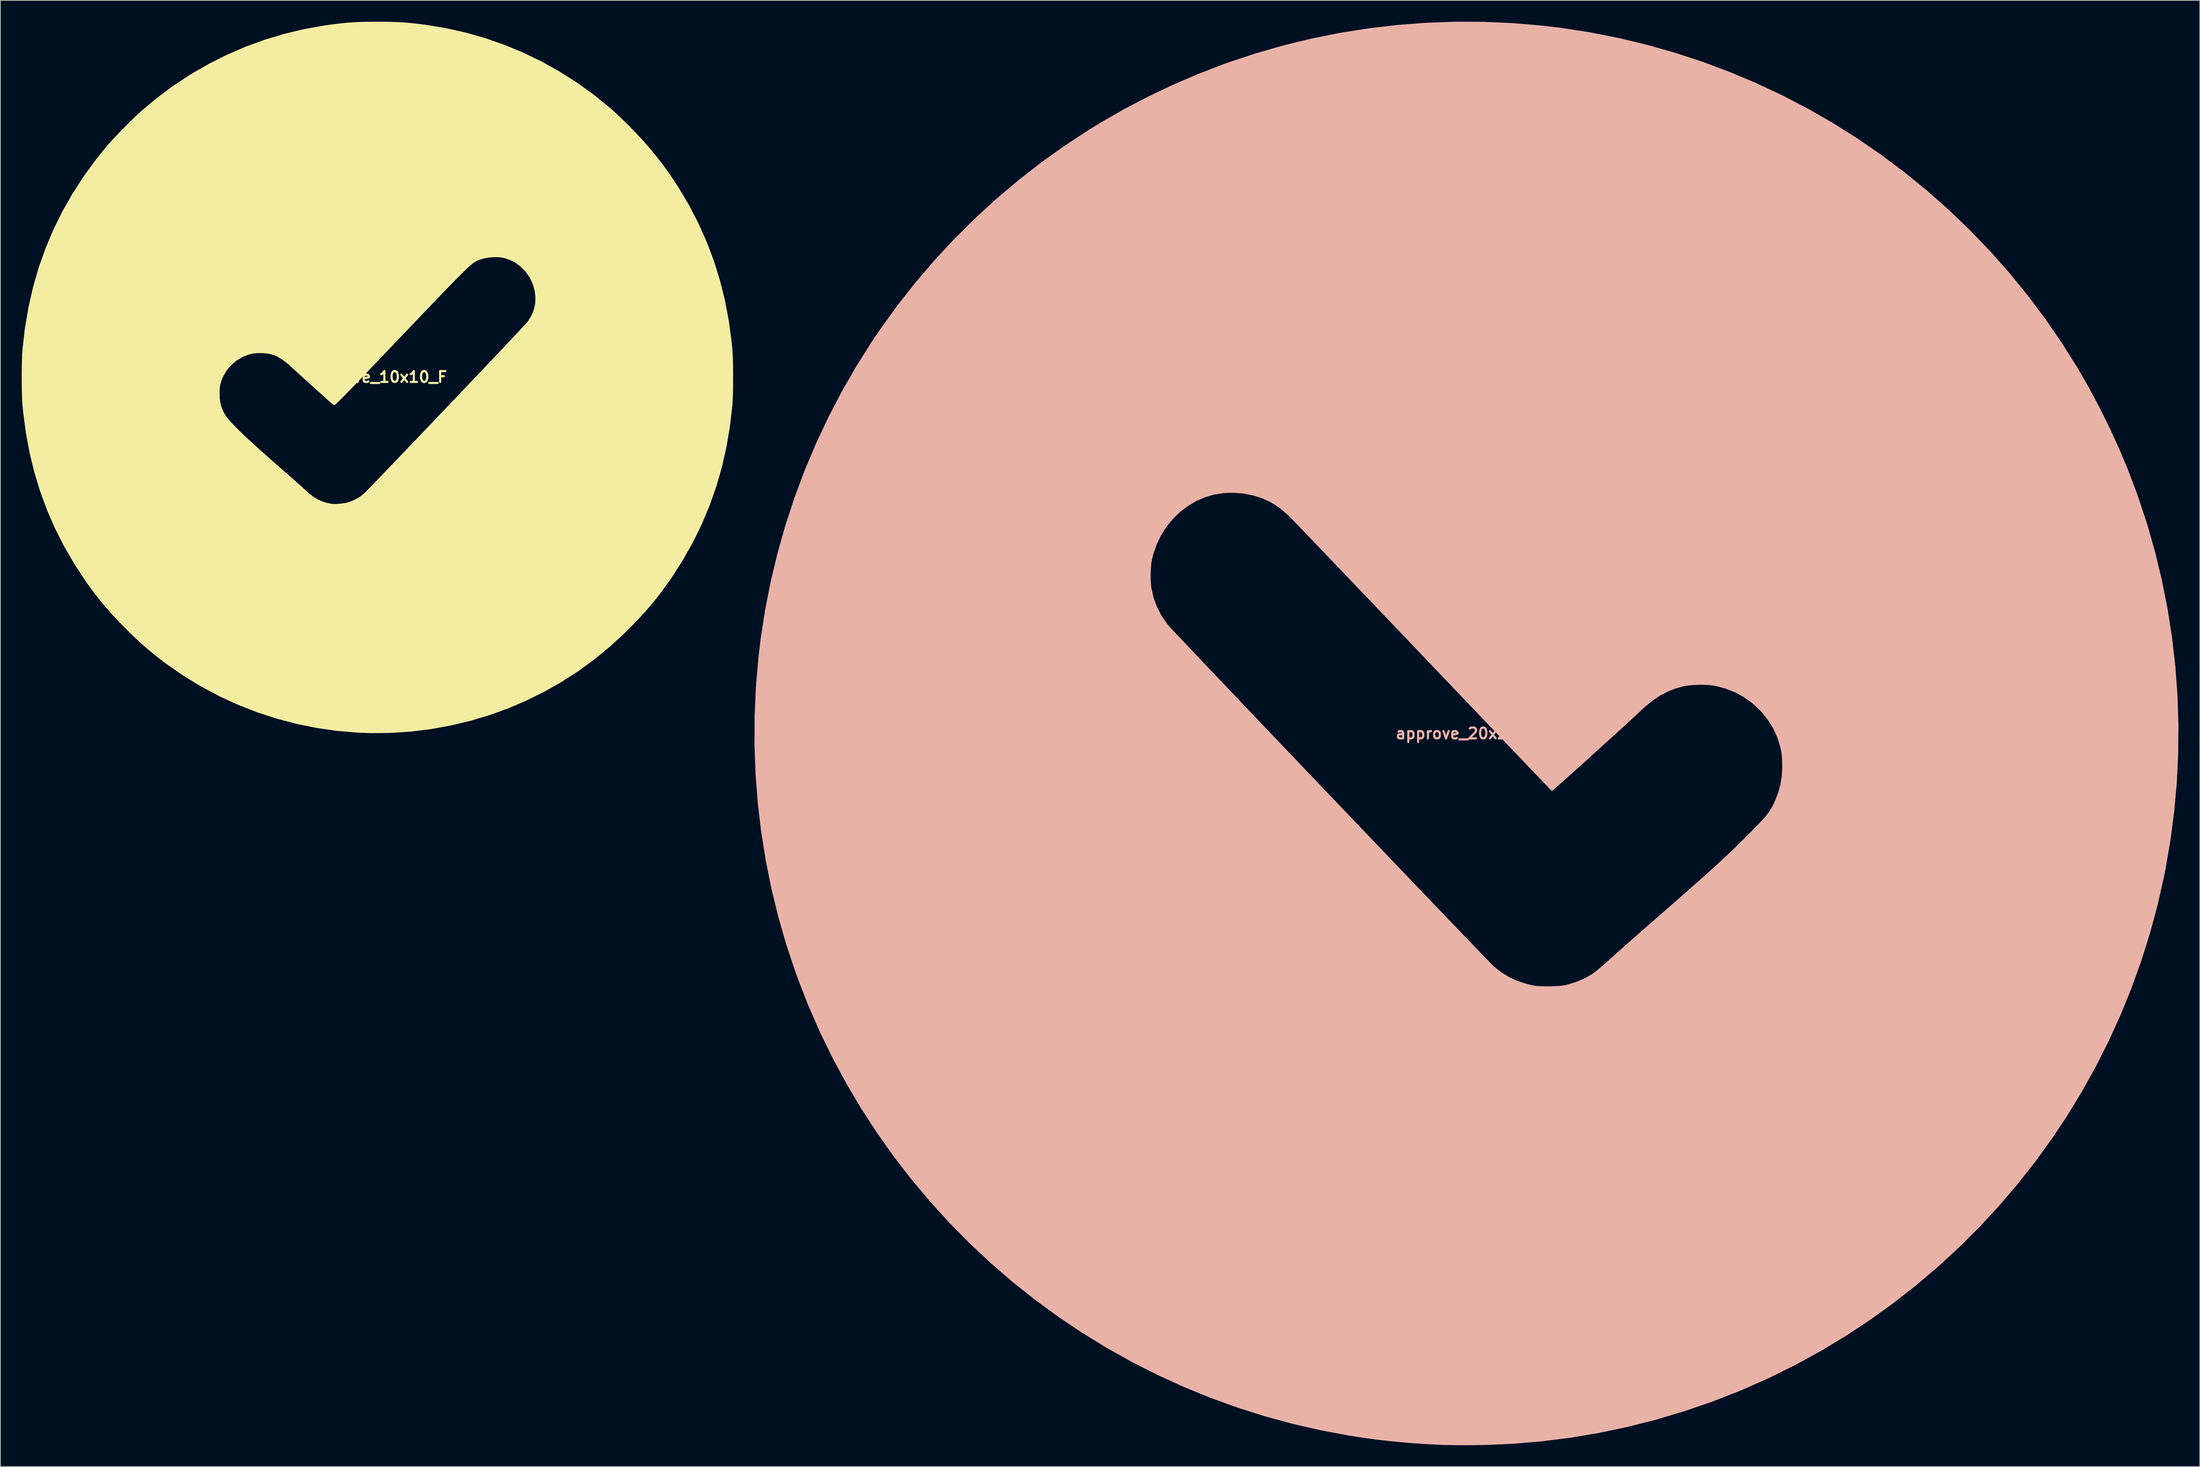
<source format=kicad_pcb>
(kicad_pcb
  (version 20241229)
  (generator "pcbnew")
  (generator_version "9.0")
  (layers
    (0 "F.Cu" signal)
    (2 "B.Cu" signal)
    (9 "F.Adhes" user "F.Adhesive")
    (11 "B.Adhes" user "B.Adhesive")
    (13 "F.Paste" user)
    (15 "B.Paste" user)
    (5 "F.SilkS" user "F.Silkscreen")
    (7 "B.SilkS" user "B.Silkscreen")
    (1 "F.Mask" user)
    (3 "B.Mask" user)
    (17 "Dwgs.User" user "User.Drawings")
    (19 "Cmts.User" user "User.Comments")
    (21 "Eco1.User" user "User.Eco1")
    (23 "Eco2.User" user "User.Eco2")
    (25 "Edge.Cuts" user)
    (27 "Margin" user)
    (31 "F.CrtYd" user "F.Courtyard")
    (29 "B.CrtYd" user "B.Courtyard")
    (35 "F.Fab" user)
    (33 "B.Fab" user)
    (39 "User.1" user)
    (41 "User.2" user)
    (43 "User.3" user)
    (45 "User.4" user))
  (footprint "approve_10x10_F"
    (layer "F.Cu")
    (at 49.908 49.911)
    (property "Reference" "approve_10x10_F" (at 0 0 0) (layer "F.SilkS") (effects (font (size 1.524 1.524) (thickness 0.3))))
    (attr through_hole)
    (fp_poly (pts (xy 1.115 -49.9) (xy 2.059 -49.884) (xy 2.918 -49.853) (xy 3.733 -49.805) (xy 4.545 -49.738) (xy 5.396 -49.649) (xy 6.328 -49.536) (xy 6.766 -49.478) (xy 9.614 -49.014) (xy 12.421 -48.387) (xy 15.18 -47.6) (xy 17.886 -46.655) (xy 20.531 -45.557) (xy 23.111 -44.307) (xy 25.618 -42.909) (xy 28.046 -41.365) (xy 30.389 -39.679) (xy 32.641 -37.852) (xy 33.232 -37.336) (xy 33.556 -37.04) (xy 33.969 -36.65) (xy 34.441 -36.194) (xy 34.943 -35.702) (xy 35.446 -35.201) (xy 35.773 -34.871) (xy 37.271 -33.288) (xy 38.639 -31.718) (xy 39.91 -30.121) (xy 41.115 -28.455) (xy 42.287 -26.682) (xy 42.363 -26.561) (xy 43.827 -24.085) (xy 45.134 -21.556) (xy 46.286 -18.971) (xy 47.284 -16.325) (xy 48.13 -13.612) (xy 48.824 -10.829) (xy 49.37 -7.97) (xy 49.768 -5.031) (xy 49.88 -3.895) (xy 49.917 -3.359) (xy 49.946 -2.686) (xy 49.967 -1.909) (xy 49.981 -1.06) (xy 49.987 -0.17) (xy 49.985 0.727) (xy 49.975 1.599) (xy 49.957 2.414) (xy 49.932 3.14) (xy 49.899 3.745) (xy 49.88 3.979) (xy 49.539 6.947) (xy 49.051 9.832) (xy 48.416 12.638) (xy 47.63 15.372) (xy 46.692 18.039) (xy 45.601 20.643) (xy 44.354 23.19) (xy 42.949 25.686) (xy 41.385 28.136) (xy 40.951 28.766) (xy 39.954 30.143) (xy 38.923 31.462) (xy 37.831 32.753) (xy 36.65 34.048) (xy 35.353 35.379) (xy 34.955 35.773) (xy 32.823 37.753) (xy 30.606 39.588) (xy 28.301 41.278) (xy 25.904 42.828) (xy 23.411 44.237) (xy 20.82 45.51) (xy 18.505 46.499) (xy 15.864 47.463) (xy 13.154 48.277) (xy 10.39 48.939) (xy 7.587 49.447) (xy 4.758 49.797) (xy 1.919 49.989) (xy -0.916 50.018) (xy -2.794 49.947) (xy -5.688 49.697) (xy -8.551 49.282) (xy -11.377 48.705) (xy -14.158 47.969) (xy -16.888 47.075) (xy -19.561 46.027) (xy -22.17 44.826) (xy -24.708 43.474) (xy -27.168 41.976) (xy -29.545 40.332) (xy -29.93 40.046) (xy -31.056 39.177) (xy -32.117 38.306) (xy -33.157 37.394) (xy -34.223 36.402) (xy -34.871 35.773) (xy -36.205 34.426) (xy -37.417 33.123) (xy -38.532 31.834) (xy -39.578 30.527) (xy -40.582 29.17) (xy -40.867 28.766) (xy -42.47 26.333) (xy -43.912 23.857) (xy -45.198 21.332) (xy -46.327 18.751) (xy -47.304 16.11) (xy -48.128 13.402) (xy -48.804 10.621) (xy -49.332 7.762) (xy -49.715 4.819) (xy -49.796 3.979) (xy -49.833 3.447) (xy -49.862 2.777) (xy -49.876 2.286) (xy -22.127 2.286) (xy -22.105 2.989) (xy -22.025 3.593) (xy -21.871 4.162) (xy -21.63 4.763) (xy -21.521 4.995) (xy -21.36 5.28) (xy -21.13 5.61) (xy -20.824 5.991) (xy -20.438 6.428) (xy -19.965 6.928) (xy -19.4 7.494) (xy -18.738 8.134) (xy -17.973 8.851) (xy -17.1 9.652) (xy -16.112 10.542) (xy -15.005 11.526) (xy -13.774 12.61) (xy -13.462 12.883) (xy -12.855 13.414) (xy -12.259 13.938) (xy -11.691 14.437) (xy -11.171 14.896) (xy -10.717 15.298) (xy -10.349 15.627) (xy -10.084 15.864) (xy -10.033 15.911) (xy -9.696 16.212) (xy -9.365 16.496) (xy -9.081 16.73) (xy -8.906 16.862) (xy -8.421 17.154) (xy -7.864 17.416) (xy -7.31 17.614) (xy -7.027 17.685) (xy -6.735 17.744) (xy -6.491 17.796) (xy -6.392 17.817) (xy -6.155 17.841) (xy -5.801 17.838) (xy -5.38 17.814) (xy -4.941 17.772) (xy -4.535 17.716) (xy -4.229 17.654) (xy -3.452 17.386) (xy -2.688 16.996) (xy -2.006 16.518) (xy -1.911 16.438) (xy -1.792 16.324) (xy -1.565 16.095) (xy -1.236 15.759) (xy -0.812 15.323) (xy -0.301 14.794) (xy 0.292 14.179) (xy 0.958 13.487) (xy 1.69 12.724) (xy 2.482 11.897) (xy 3.327 11.015) (xy 4.218 10.084) (xy 5.147 9.112) (xy 6.107 8.106) (xy 7.092 7.074) (xy 8.094 6.023) (xy 9.107 4.961) (xy 10.123 3.894) (xy 11.135 2.83) (xy 12.137 1.777) (xy 13.121 0.741) (xy 14.081 -0.269) (xy 15.008 -1.246) (xy 15.897 -2.183) (xy 16.74 -3.073) (xy 17.53 -3.908) (xy 18.261 -4.681) (xy 18.924 -5.384) (xy 19.513 -6.01) (xy 20.022 -6.552) (xy 20.442 -7.002) (xy 20.768 -7.353) (xy 20.991 -7.598) (xy 21.106 -7.729) (xy 21.113 -7.738) (xy 21.639 -8.565) (xy 22.002 -9.435) (xy 22.203 -10.341) (xy 22.238 -11.273) (xy 22.108 -12.225) (xy 21.836 -13.123) (xy 21.418 -13.993) (xy 20.868 -14.779) (xy 20.206 -15.465) (xy 19.45 -16.034) (xy 18.617 -16.469) (xy 17.893 -16.714) (xy 17.239 -16.825) (xy 16.506 -16.851) (xy 15.746 -16.797) (xy 15.01 -16.669) (xy 14.352 -16.472) (xy 14.04 -16.335) (xy 13.905 -16.264) (xy 13.768 -16.185) (xy 13.625 -16.094) (xy 13.47 -15.985) (xy 13.297 -15.85) (xy 13.1 -15.686) (xy 12.873 -15.486) (xy 12.611 -15.243) (xy 12.308 -14.954) (xy 11.957 -14.61) (xy 11.554 -14.208) (xy 11.092 -13.741) (xy 10.565 -13.202) (xy 9.968 -12.588) (xy 9.295 -11.891) (xy 8.539 -11.105) (xy 7.696 -10.226) (xy 6.76 -9.247) (xy 5.724 -8.163) (xy 4.583 -6.967) (xy 3.364 -5.689) (xy 2.135 -4.4) (xy 1.018 -3.229) (xy 0.006 -2.17) (xy -0.905 -1.217) (xy -1.72 -0.366) (xy -2.445 0.39) (xy -3.085 1.056) (xy -3.646 1.636) (xy -4.132 2.137) (xy -4.55 2.564) (xy -4.903 2.922) (xy -5.198 3.217) (xy -5.441 3.454) (xy -5.635 3.638) (xy -5.787 3.775) (xy -5.901 3.871) (xy -5.984 3.93) (xy -6.04 3.958) (xy -6.074 3.961) (xy -6.084 3.956) (xy -6.297 3.771) (xy -6.616 3.489) (xy -7.023 3.128) (xy -7.499 2.703) (xy -8.025 2.232) (xy -8.582 1.731) (xy -9.151 1.218) (xy -9.714 0.71) (xy -10.251 0.223) (xy -10.745 -0.225) (xy -11.175 -0.618) (xy -11.523 -0.938) (xy -11.634 -1.041) (xy -12.323 -1.663) (xy -12.929 -2.166) (xy -13.477 -2.561) (xy -13.991 -2.862) (xy -14.494 -3.081) (xy -15.01 -3.229) (xy -15.564 -3.319) (xy -16.129 -3.362) (xy -16.876 -3.364) (xy -17.53 -3.288) (xy -18.154 -3.121) (xy -18.81 -2.85) (xy -18.923 -2.796) (xy -19.779 -2.288) (xy -20.52 -1.658) (xy -21.138 -0.914) (xy -21.626 -0.064) (xy -21.902 0.635) (xy -22.007 0.985) (xy -22.074 1.303) (xy -22.11 1.646) (xy -22.125 2.076) (xy -22.127 2.286) (xy -49.876 2.286) (xy -49.884 2.002) (xy -49.897 1.155) (xy -49.903 0.267) (xy -49.901 -0.629) (xy -49.891 -1.501) (xy -49.873 -2.317) (xy -49.847 -3.046) (xy -49.814 -3.654) (xy -49.795 -3.895) (xy -49.451 -6.88) (xy -48.958 -9.787) (xy -48.313 -12.619) (xy -47.517 -15.376) (xy -46.568 -18.064) (xy -45.465 -20.684) (xy -44.206 -23.238) (xy -42.792 -25.731) (xy -41.219 -28.164) (xy -39.488 -30.54) (xy -38.144 -32.216) (xy -37.747 -32.676) (xy -37.251 -33.224) (xy -36.68 -33.834) (xy -36.062 -34.481) (xy -35.42 -35.138) (xy -34.782 -35.78) (xy -34.171 -36.379) (xy -33.614 -36.91) (xy -33.147 -37.336) (xy -30.921 -39.2) (xy -28.602 -40.924) (xy -26.196 -42.507) (xy -23.71 -43.945) (xy -21.149 -45.235) (xy -18.521 -46.374) (xy -15.831 -47.36) (xy -13.085 -48.19) (xy -10.29 -48.861) (xy -7.453 -49.369) (xy -6.681 -49.478) (xy -5.702 -49.604) (xy -4.826 -49.703) (xy -4.011 -49.779) (xy -3.216 -49.835) (xy -2.399 -49.873) (xy -1.518 -49.895) (xy -0.531 -49.905) (xy 0.042 -49.906) (xy 1.115 -49.9)) (stroke (width 0.01) (type solid)) (fill yes) (layer "F.SilkS")))
  (footprint "approve_20x20_B"
    (layer "F.Cu")
    (at 202.878 99.979)
    (property "Reference" "approve_20x20_B" (at 0 0 0) (layer "B.SilkS") (effects (font (size 1.524 1.524) (thickness 0.3))))
    (attr through_hole)
    (fp_poly (pts (xy 2.497 -99.956) (xy 6.581 -99.773) (xy 10.659 -99.423) (xy 13.377 -99.097) (xy 17.402 -98.472) (xy 21.398 -97.683) (xy 25.358 -96.731) (xy 29.275 -95.619) (xy 33.144 -94.349) (xy 36.956 -92.924) (xy 40.705 -91.346) (xy 44.385 -89.617) (xy 47.989 -87.739) (xy 51.368 -85.801) (xy 54.848 -83.613) (xy 58.231 -81.288) (xy 61.511 -78.831) (xy 64.685 -76.244) (xy 67.749 -73.532) (xy 70.7 -70.699) (xy 73.533 -67.748) (xy 76.245 -64.684) (xy 78.832 -61.51) (xy 81.289 -58.23) (xy 83.614 -54.847) (xy 85.801 -51.368) (xy 87.378 -48.635) (xy 88.902 -45.784) (xy 90.348 -42.862) (xy 91.693 -39.918) (xy 92.867 -37.115) (xy 94.307 -33.284) (xy 95.586 -29.405) (xy 96.703 -25.484) (xy 97.657 -21.525) (xy 98.449 -17.535) (xy 99.077 -13.517) (xy 99.542 -9.477) (xy 99.842 -5.42) (xy 99.978 -1.35) (xy 99.949 2.726) (xy 99.754 6.805) (xy 99.394 10.881) (xy 98.867 14.948) (xy 98.173 19.003) (xy 97.952 20.119) (xy 97.057 24.086) (xy 95.999 28.014) (xy 94.781 31.896) (xy 93.404 35.727) (xy 91.872 39.499) (xy 90.187 43.207) (xy 88.353 46.843) (xy 86.371 50.403) (xy 84.245 53.879) (xy 82.351 56.727) (xy 79.964 60.038) (xy 77.447 63.244) (xy 74.806 66.341) (xy 72.044 69.326) (xy 69.167 72.195) (xy 66.179 74.944) (xy 63.086 77.568) (xy 59.891 80.065) (xy 56.601 82.43) (xy 53.219 84.659) (xy 49.75 86.749) (xy 46.2 88.695) (xy 42.572 90.494) (xy 38.873 92.142) (xy 38.227 92.411) (xy 34.396 93.9) (xy 30.517 95.229) (xy 26.598 96.396) (xy 22.642 97.401) (xy 18.654 98.242) (xy 14.641 98.919) (xy 10.606 99.429) (xy 6.556 99.774) (xy 2.495 99.951) (xy -0.339 99.974) (xy -1.004 99.969) (xy -1.641 99.963) (xy -2.223 99.957) (xy -2.722 99.95) (xy -3.111 99.943) (xy -3.362 99.936) (xy -3.387 99.935) (xy -5.831 99.811) (xy -8.146 99.649) (xy -10.371 99.447) (xy -12.542 99.2) (xy -14.699 98.905) (xy -16.425 98.634) (xy -20.45 97.883) (xy -24.425 96.971) (xy -28.347 95.9) (xy -32.211 94.674) (xy -36.014 93.295) (xy -39.751 91.765) (xy -43.418 90.087) (xy -47.012 88.263) (xy -50.527 86.296) (xy -53.961 84.189) (xy -57.309 81.942) (xy -60.567 79.56) (xy -63.73 77.045) (xy -66.796 74.399) (xy -69.76 71.624) (xy -72.617 68.724) (xy -75.364 65.7) (xy -77.997 62.556) (xy -80.405 59.436) (xy -82.775 56.097) (xy -85.004 52.666) (xy -87.09 49.147) (xy -89.029 45.544) (xy -90.821 41.863) (xy -92.461 38.106) (xy -93.948 34.28) (xy -94.224 33.515) (xy -95.509 29.654) (xy -96.634 25.743) (xy -97.598 21.789) (xy -98.399 17.798) (xy -99.038 13.777) (xy -99.514 9.73) (xy -99.826 5.665) (xy -99.974 1.587) (xy -99.956 -2.497) (xy -99.773 -6.581) (xy -99.423 -10.659) (xy -99.097 -13.377) (xy -98.47 -17.416) (xy -97.679 -21.42) (xy -97.599 -21.752) (xy -44.348 -21.752) (xy -44.316 -21.054) (xy -44.25 -20.454) (xy -44.241 -20.398) (xy -43.935 -19.067) (xy -43.471 -17.798) (xy -42.85 -16.594) (xy -42.074 -15.455) (xy -41.821 -15.139) (xy -41.708 -15.012) (xy -41.484 -14.769) (xy -41.153 -14.414) (xy -40.721 -13.953) (xy -40.192 -13.392) (xy -39.572 -12.735) (xy -38.864 -11.987) (xy -38.075 -11.154) (xy -37.209 -10.241) (xy -36.272 -9.253) (xy -35.267 -8.195) (xy -34.2 -7.072) (xy -33.076 -5.89) (xy -31.899 -4.653) (xy -30.676 -3.367) (xy -29.41 -2.038) (xy -28.106 -0.669) (xy -26.771 0.733) (xy -25.407 2.164) (xy -24.021 3.618) (xy -22.618 5.09) (xy -21.201 6.575) (xy -19.777 8.068) (xy -18.35 9.564) (xy -16.925 11.057) (xy -15.507 12.542) (xy -14.101 14.014) (xy -12.712 15.469) (xy -11.345 16.9) (xy -10.004 18.303) (xy -8.695 19.672) (xy -7.423 21.002) (xy -6.192 22.289) (xy -5.008 23.526) (xy -3.875 24.71) (xy -2.798 25.834) (xy -1.783 26.893) (xy -0.834 27.882) (xy 0.044 28.797) (xy 0.846 29.631) (xy 1.567 30.38) (xy 2.202 31.039) (xy 2.746 31.602) (xy 3.195 32.065) (xy 3.542 32.421) (xy 3.784 32.666) (xy 3.915 32.795) (xy 3.93 32.808) (xy 4.987 33.619) (xy 6.104 34.287) (xy 7.301 34.819) (xy 8.594 35.224) (xy 9.525 35.429) (xy 9.92 35.479) (xy 10.439 35.512) (xy 11.04 35.527) (xy 11.682 35.526) (xy 12.325 35.508) (xy 12.927 35.476) (xy 13.448 35.428) (xy 13.846 35.367) (xy 13.885 35.358) (xy 15.217 34.979) (xy 16.436 34.482) (xy 17.554 33.861) (xy 17.728 33.748) (xy 17.984 33.562) (xy 18.337 33.282) (xy 18.761 32.93) (xy 19.23 32.529) (xy 19.718 32.1) (xy 20.066 31.786) (xy 20.467 31.423) (xy 20.976 30.967) (xy 21.571 30.437) (xy 22.231 29.851) (xy 22.936 29.227) (xy 23.665 28.584) (xy 24.397 27.941) (xy 25.104 27.322) (xy 26.502 26.1) (xy 27.78 24.982) (xy 28.946 23.961) (xy 30.009 23.029) (xy 30.975 22.179) (xy 31.854 21.404) (xy 32.654 20.696) (xy 33.381 20.049) (xy 34.045 19.455) (xy 34.652 18.907) (xy 35.212 18.397) (xy 35.732 17.919) (xy 36.221 17.466) (xy 36.685 17.029) (xy 37.134 16.601) (xy 37.575 16.176) (xy 38.016 15.747) (xy 38.465 15.305) (xy 38.931 14.844) (xy 39.42 14.356) (xy 39.505 14.271) (xy 40.221 13.552) (xy 40.827 12.933) (xy 41.335 12.398) (xy 41.759 11.931) (xy 42.112 11.515) (xy 42.406 11.134) (xy 42.655 10.772) (xy 42.871 10.413) (xy 43.067 10.04) (xy 43.257 9.638) (xy 43.336 9.459) (xy 43.78 8.312) (xy 44.092 7.186) (xy 44.279 6.039) (xy 44.35 4.825) (xy 44.343 4.109) (xy 44.32 3.533) (xy 44.288 3.074) (xy 44.241 2.681) (xy 44.172 2.302) (xy 44.075 1.884) (xy 44.04 1.749) (xy 43.62 0.461) (xy 43.043 -0.771) (xy 42.318 -1.933) (xy 41.453 -3.012) (xy 41.169 -3.315) (xy 40.126 -4.272) (xy 38.991 -5.087) (xy 37.772 -5.757) (xy 36.478 -6.278) (xy 35.116 -6.645) (xy 34.64 -6.734) (xy 34.044 -6.804) (xy 33.343 -6.838) (xy 32.592 -6.838) (xy 31.845 -6.806) (xy 31.155 -6.742) (xy 30.576 -6.648) (xy 30.565 -6.645) (xy 29.382 -6.324) (xy 28.268 -5.89) (xy 27.2 -5.329) (xy 26.158 -4.631) (xy 25.118 -3.783) (xy 24.678 -3.38) (xy 24.311 -3.035) (xy 23.856 -2.613) (xy 23.324 -2.122) (xy 22.725 -1.572) (xy 22.069 -0.971) (xy 21.367 -0.33) (xy 20.628 0.344) (xy 19.862 1.04) (xy 19.08 1.751) (xy 18.291 2.465) (xy 17.506 3.176) (xy 16.734 3.872) (xy 15.987 4.546) (xy 15.273 5.189) (xy 14.604 5.79) (xy 13.988 6.341) (xy 13.437 6.833) (xy 12.96 7.257) (xy 12.567 7.603) (xy 12.269 7.862) (xy 12.075 8.026) (xy 11.996 8.086) (xy 11.996 8.086) (xy 11.936 8.025) (xy 11.764 7.847) (xy 11.485 7.555) (xy 11.101 7.155) (xy 10.619 6.651) (xy 10.042 6.047) (xy 9.375 5.349) (xy 8.622 4.561) (xy 7.788 3.687) (xy 6.877 2.733) (xy 5.894 1.703) (xy 4.842 0.601) (xy 3.727 -0.567) (xy 2.553 -1.798) (xy 1.325 -3.085) (xy 0.046 -4.426) (xy -1.279 -5.815) (xy -2.645 -7.247) (xy -4.048 -8.718) (xy -5.483 -10.223) (xy -6.19 -10.964) (xy -7.647 -12.492) (xy -9.077 -13.99) (xy -10.475 -15.456) (xy -11.838 -16.883) (xy -13.159 -18.268) (xy -14.436 -19.605) (xy -15.662 -20.888) (xy -16.834 -22.115) (xy -17.947 -23.279) (xy -18.996 -24.375) (xy -19.976 -25.4) (xy -20.884 -26.348) (xy -21.713 -27.214) (xy -22.46 -27.993) (xy -23.121 -28.681) (xy -23.689 -29.272) (xy -24.161 -29.762) (xy -24.532 -30.146) (xy -24.797 -30.42) (xy -24.953 -30.577) (xy -24.983 -30.607) (xy -25.899 -31.411) (xy -26.8 -32.071) (xy -27.718 -32.606) (xy -28.689 -33.034) (xy -29.744 -33.376) (xy -30.018 -33.448) (xy -31.389 -33.714) (xy -32.752 -33.822) (xy -34.093 -33.772) (xy -35.401 -33.566) (xy -36.66 -33.205) (xy -37.859 -32.691) (xy -37.888 -32.676) (xy -39.1 -31.963) (xy -40.209 -31.12) (xy -41.208 -30.157) (xy -42.089 -29.085) (xy -42.843 -27.914) (xy -43.463 -26.656) (xy -43.941 -25.319) (xy -44.161 -24.461) (xy -44.253 -23.902) (xy -44.315 -23.229) (xy -44.347 -22.495) (xy -44.348 -21.752) (xy -97.599 -21.752) (xy -96.725 -25.386) (xy -95.611 -29.306) (xy -94.339 -33.176) (xy -92.91 -36.989) (xy -91.327 -40.742) (xy -89.593 -44.428) (xy -87.708 -48.041) (xy -85.676 -51.576) (xy -83.498 -55.028) (xy -82.351 -56.727) (xy -79.955 -60.05) (xy -77.424 -63.272) (xy -74.764 -66.387) (xy -71.981 -69.391) (xy -69.078 -72.28) (xy -66.06 -75.05) (xy -62.932 -77.695) (xy -59.7 -80.211) (xy -56.367 -82.593) (xy -52.938 -84.839) (xy -51.368 -85.801) (xy -48.096 -87.678) (xy -44.71 -89.449) (xy -41.238 -91.101) (xy -37.71 -92.62) (xy -34.152 -93.995) (xy -33.515 -94.224) (xy -29.654 -95.509) (xy -25.743 -96.634) (xy -21.789 -97.598) (xy -17.798 -98.399) (xy -13.777 -99.038) (xy -9.73 -99.514) (xy -5.665 -99.826) (xy -1.587 -99.974) (xy 2.497 -99.956)) (stroke (width 0.01) (type solid)) (fill yes) (layer "B.SilkS")))
  (gr_rect
    (start -3 -3)
    (end 305.861 202.958)
    (stroke (width 0.1) (type default))
    (fill no)
    (layer "Edge.Cuts")))
</source>
